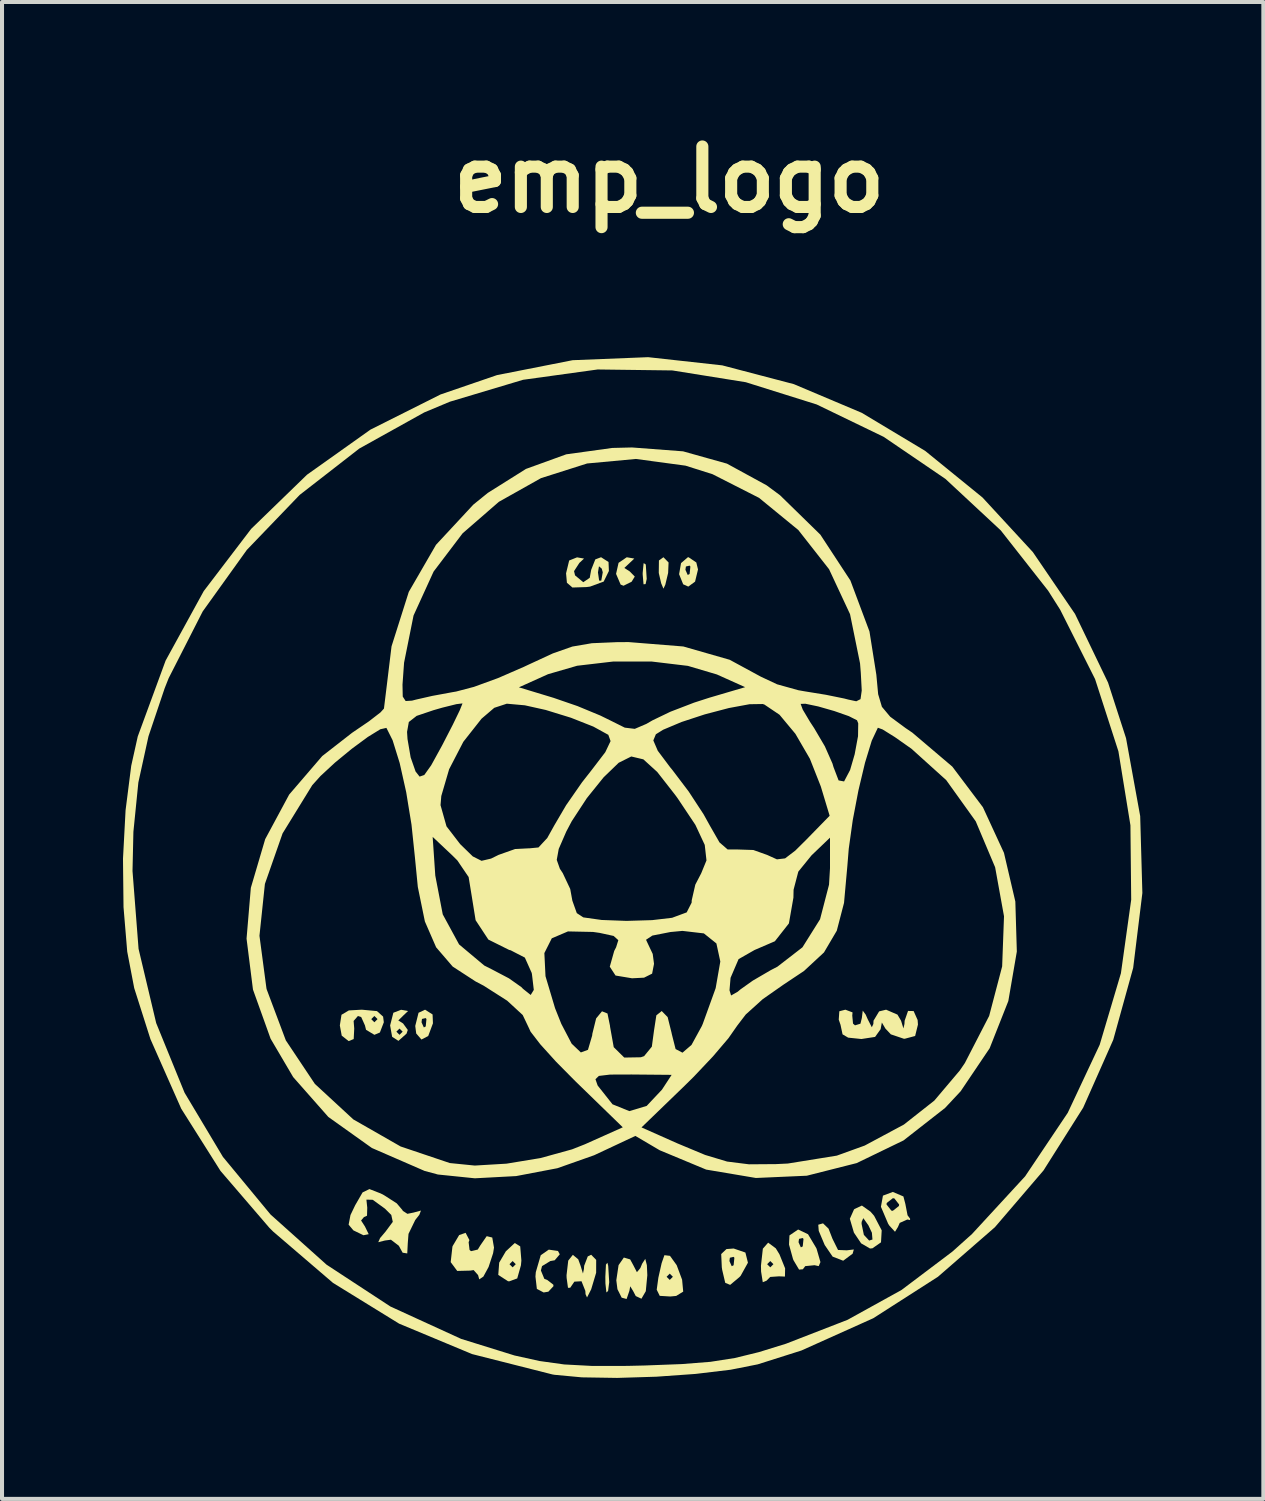
<source format=kicad_pcb>
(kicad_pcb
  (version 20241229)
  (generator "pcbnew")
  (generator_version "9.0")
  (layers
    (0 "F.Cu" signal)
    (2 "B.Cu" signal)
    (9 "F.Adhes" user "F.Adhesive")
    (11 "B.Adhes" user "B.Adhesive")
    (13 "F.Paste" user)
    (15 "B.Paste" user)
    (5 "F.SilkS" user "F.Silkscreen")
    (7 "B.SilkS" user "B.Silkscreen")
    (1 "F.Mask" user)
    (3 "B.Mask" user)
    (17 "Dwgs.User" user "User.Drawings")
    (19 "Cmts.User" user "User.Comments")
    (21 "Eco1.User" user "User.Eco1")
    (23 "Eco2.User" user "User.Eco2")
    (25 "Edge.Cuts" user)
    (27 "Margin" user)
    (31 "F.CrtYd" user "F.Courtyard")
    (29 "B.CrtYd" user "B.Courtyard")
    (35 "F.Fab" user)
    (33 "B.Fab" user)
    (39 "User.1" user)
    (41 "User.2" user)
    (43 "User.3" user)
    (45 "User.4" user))
  (footprint "emp_logo"
    (layer "F.Cu")
    (at 12.545 18.404)
    (property "Reference" "emp_logo" (at 1 -17 0) (layer "F.SilkS") (effects (font (size 1.5 1.5) (thickness 0.3))))
    (attr board_only exclude_from_pos_files exclude_from_bom)
    (fp_poly (pts (xy -0.513 9.936) (xy -0.488 10.342) (xy -0.516 10.559) (xy -0.558 10.596) (xy -0.582 10.372) (xy -0.584 10.207) (xy -0.569 9.905) (xy -0.533 9.859)) (stroke (width 0) (type solid)) (fill yes) (layer "F.SilkS"))
    (fp_poly (pts (xy 0.412 -7.465) (xy 0.42 -7.438) (xy 0.442 -7.098) (xy 0.414 -6.97) (xy 0.363 -6.965) (xy 0.342 -7.209) (xy 0.342 -7.246) (xy 0.365 -7.488)) (stroke (width 0) (type solid)) (fill yes) (layer "F.SilkS"))
    (fp_poly (pts (xy 0.984 -7.506) (xy 0.973 -7.246) (xy 0.903 -6.954) (xy 0.857 -6.856) (xy 0.801 -6.989) (xy 0.741 -7.246) (xy 0.745 -7.556) (xy 0.857 -7.636)) (stroke (width 0) (type solid)) (fill yes) (layer "F.SilkS"))
    (fp_poly (pts (xy 0.134 -7.603) (xy 0.021 -7.496) (xy -0.113 -7.37) (xy 0.021 -7.284) (xy 0.146 -7.157) (xy 0.068 -7.029) (xy -0.133 -6.929) (xy -0.205 -6.958) (xy -0.318 -7.223) (xy -0.256 -7.497) (xy -0.057 -7.633) (xy -0.039 -7.633)) (stroke (width 0) (type solid)) (fill yes) (layer "F.SilkS"))
    (fp_poly (pts (xy 4.951 9.014) (xy 5.049 9.266) (xy 5.186 9.542) (xy 5.403 9.551) (xy 5.578 9.53) (xy 5.548 9.635) (xy 5.314 9.809) (xy 5.052 9.707) (xy 4.856 9.42) (xy 4.708 9.069) (xy 4.696 8.916) (xy 4.814 8.882)) (stroke (width 0) (type solid)) (fill yes) (layer "F.SilkS"))
    (fp_poly (pts (xy -4.868 3.702) (xy -4.859 3.922) (xy -4.976 4.236) (xy -5.144 4.324) (xy -5.274 4.174) (xy -5.298 3.987) (xy -5.275 3.896) (xy -5.142 3.896) (xy -5.085 4.024) (xy -5.038 4) (xy -5.02 3.815) (xy -5.038 3.792) (xy -5.131 3.813) (xy -5.142 3.896) (xy -5.275 3.896) (xy -5.216 3.66) (xy -5.054 3.584)) (stroke (width 0) (type solid)) (fill yes) (layer "F.SilkS"))
    (fp_poly (pts (xy -2.695 9.453) (xy -2.666 9.804) (xy -2.677 9.922) (xy -2.769 10.248) (xy -2.97 10.321) (xy -3 10.316) (xy -3.239 10.161) (xy -3.219 9.895) (xy -2.961 9.895) (xy -2.883 9.973) (xy -2.805 9.895) (xy -2.883 9.817) (xy -2.961 9.895) (xy -3.219 9.895) (xy -3.216 9.856) (xy -3.051 9.575) (xy -2.83 9.37)) (stroke (width 0) (type solid)) (fill yes) (layer "F.SilkS"))
    (fp_poly (pts (xy -1.759 9.567) (xy -1.714 9.65) (xy -1.84 9.798) (xy -1.948 9.817) (xy -2.154 9.942) (xy -2.182 10.051) (xy -2.097 10.258) (xy -2.026 10.285) (xy -1.874 10.403) (xy -1.87 10.44) (xy -1.997 10.577) (xy -2.114 10.596) (xy -2.282 10.508) (xy -2.317 10.202) (xy -2.308 10.091) (xy -2.186 9.673) (xy -1.987 9.534)) (stroke (width 0) (type solid)) (fill yes) (layer "F.SilkS"))
    (fp_poly (pts (xy -5.476 3.617) (xy -5.588 3.723) (xy -5.718 3.851) (xy -5.6 3.925) (xy -5.483 4.086) (xy -5.514 4.178) (xy -5.715 4.357) (xy -5.871 4.256) (xy -5.894 4.129) (xy -5.766 4.129) (xy -5.688 4.207) (xy -5.61 4.129) (xy -5.688 4.052) (xy -5.766 4.129) (xy -5.894 4.129) (xy -5.921 3.974) (xy -5.841 3.66) (xy -5.649 3.586)) (stroke (width 0) (type solid)) (fill yes) (layer "F.SilkS"))
    (fp_poly (pts (xy 1.672 -7.506) (xy 1.714 -7.333) (xy 1.641 -7.031) (xy 1.473 -6.908) (xy 1.346 -6.965) (xy 1.245 -7.215) (xy 1.264 -7.324) (xy 1.402 -7.324) (xy 1.459 -7.196) (xy 1.506 -7.22) (xy 1.525 -7.405) (xy 1.506 -7.428) (xy 1.414 -7.406) (xy 1.402 -7.324) (xy 1.264 -7.324) (xy 1.293 -7.49) (xy 1.46 -7.634) (xy 1.48 -7.636)) (stroke (width 0) (type solid)) (fill yes) (layer "F.SilkS"))
    (fp_poly (pts (xy 0.031 9.776) (xy 0.106 9.913) (xy 0.199 10.093) (xy 0.284 9.991) (xy 0.328 9.884) (xy 0.406 9.763) (xy 0.446 9.92) (xy 0.457 10.168) (xy 0.419 10.565) (xy 0.311 10.751) (xy 0.17 10.685) (xy 0.103 10.557) (xy 0.033 10.443) (xy 0.012 10.557) (xy -0.057 10.758) (xy -0.179 10.725) (xy -0.284 10.515) (xy -0.312 10.294) (xy -0.256 9.919) (xy -0.125 9.73)) (stroke (width 0) (type solid)) (fill yes) (layer "F.SilkS"))
    (fp_poly (pts (xy 1.019 9.688) (xy 1.185 9.919) (xy 1.32 10.281) (xy 1.32 10.285) (xy 1.347 10.575) (xy 1.173 10.682) (xy 1.027 10.696) (xy 0.765 10.68) (xy 0.69 10.528) (xy 0.731 10.229) (xy 0.736 10.207) (xy 0.935 10.207) (xy 1.013 10.285) (xy 1.091 10.207) (xy 1.013 10.129) (xy 0.935 10.207) (xy 0.736 10.207) (xy 0.812 9.869) (xy 0.88 9.674) (xy 0.882 9.672)) (stroke (width 0) (type solid)) (fill yes) (layer "F.SilkS"))
    (fp_poly (pts (xy 2.889 9.606) (xy 2.952 9.858) (xy 2.772 10.182) (xy 2.738 10.218) (xy 2.511 10.408) (xy 2.389 10.357) (xy 2.313 10.033) (xy 2.304 9.973) (xy 2.297 9.817) (xy 2.493 9.817) (xy 2.55 9.945) (xy 2.597 9.921) (xy 2.616 9.736) (xy 2.597 9.713) (xy 2.504 9.735) (xy 2.493 9.817) (xy 2.297 9.817) (xy 2.289 9.643) (xy 2.419 9.52) (xy 2.598 9.506)) (stroke (width 0) (type solid)) (fill yes) (layer "F.SilkS"))
    (fp_poly (pts (xy 3.643 9.502) (xy 3.734 9.651) (xy 3.874 9.998) (xy 3.87 10.202) (xy 3.723 10.196) (xy 3.722 10.196) (xy 3.505 10.211) (xy 3.413 10.304) (xy 3.32 10.342) (xy 3.278 10.077) (xy 3.275 9.934) (xy 3.279 9.895) (xy 3.428 9.895) (xy 3.506 9.973) (xy 3.584 9.895) (xy 3.506 9.817) (xy 3.428 9.895) (xy 3.279 9.895) (xy 3.322 9.51) (xy 3.453 9.361)) (stroke (width 0) (type solid)) (fill yes) (layer "F.SilkS"))
    (fp_poly (pts (xy -0.811 9.788) (xy -0.812 10.107) (xy -0.935 10.518) (xy -1.038 10.72) (xy -1.075 10.638) (xy -1.08 10.557) (xy -1.175 10.318) (xy -1.352 10.328) (xy -1.455 10.479) (xy -1.51 10.481) (xy -1.544 10.235) (xy -1.546 10.168) (xy -1.504 9.806) (xy -1.39 9.663) (xy -1.256 9.774) (xy -1.198 9.934) (xy -1.139 10.126) (xy -1.115 10.015) (xy -1.109 9.934) (xy -1.02 9.702) (xy -0.935 9.661)) (stroke (width 0) (type solid)) (fill yes) (layer "F.SilkS"))
    (fp_poly (pts (xy -4.049 9.117) (xy -3.955 9.297) (xy -3.974 9.35) (xy -3.951 9.542) (xy -3.915 9.572) (xy -3.747 9.532) (xy -3.683 9.427) (xy -3.526 9.2) (xy -3.388 9.234) (xy -3.345 9.484) (xy -3.367 9.622) (xy -3.479 9.964) (xy -3.609 10.203) (xy -3.711 10.271) (xy -3.74 10.165) (xy -3.85 10.041) (xy -3.935 10.054) (xy -4.257 10.062) (xy -4.419 9.844) (xy -4.376 9.461) (xy -4.37 9.444) (xy -4.209 9.173) (xy -4.05 9.117)) (stroke (width 0) (type solid)) (fill yes) (layer "F.SilkS"))
    (fp_poly (pts (xy 4.442 9.152) (xy 4.648 9.497) (xy 4.657 9.521) (xy 4.75 9.843) (xy 4.707 9.943) (xy 4.604 9.92) (xy 4.373 9.943) (xy 4.314 10.021) (xy 4.22 10.029) (xy 4.083 9.799) (xy 4.069 9.765) (xy 3.971 9.409) (xy 3.973 9.35) (xy 4.207 9.35) (xy 4.264 9.478) (xy 4.311 9.454) (xy 4.33 9.269) (xy 4.311 9.246) (xy 4.219 9.267) (xy 4.207 9.35) (xy 3.973 9.35) (xy 3.982 9.181) (xy 4.197 9.035)) (stroke (width 0) (type solid)) (fill yes) (layer "F.SilkS"))
    (fp_poly (pts (xy 5.991 8.592) (xy 6.081 8.695) (xy 6.269 9.055) (xy 6.252 9.353) (xy 6.039 9.501) (xy 5.979 9.506) (xy 5.759 9.378) (xy 5.58 9.112) (xy 5.516 8.895) (xy 5.77 8.895) (xy 5.827 9.168) (xy 5.958 9.309) (xy 6.04 9.283) (xy 6.026 9.115) (xy 5.94 8.933) (xy 5.813 8.753) (xy 5.772 8.846) (xy 5.77 8.895) (xy 5.516 8.895) (xy 5.479 8.769) (xy 5.581 8.54) (xy 5.594 8.527) (xy 5.778 8.441)) (stroke (width 0) (type solid)) (fill yes) (layer "F.SilkS"))
    (fp_poly (pts (xy -6.247 3.619) (xy -6.095 3.755) (xy -6.077 3.896) (xy -6.175 4.15) (xy -6.311 4.207) (xy -6.518 4.083) (xy -6.545 3.974) (xy -6.615 3.818) (xy -6.389 3.818) (xy -6.311 3.896) (xy -6.233 3.818) (xy -6.311 3.74) (xy -6.389 3.818) (xy -6.615 3.818) (xy -6.639 3.766) (xy -6.719 3.74) (xy -6.826 3.863) (xy -6.811 4.052) (xy -6.824 4.312) (xy -6.949 4.363) (xy -7.121 4.228) (xy -7.168 3.974) (xy -7.127 3.71) (xy -6.944 3.602) (xy -6.623 3.584)) (stroke (width 0) (type solid)) (fill yes) (layer "F.SilkS"))
    (fp_poly (pts (xy 6.807 8.215) (xy 6.856 8.402) (xy 6.91 8.682) (xy 6.973 8.766) (xy 6.972 8.8) (xy 6.905 8.787) (xy 6.716 8.871) (xy 6.671 8.974) (xy 6.599 9.091) (xy 6.458 8.937) (xy 6.428 8.89) (xy 6.25 8.471) (xy 6.26 8.415) (xy 6.389 8.415) (xy 6.508 8.566) (xy 6.545 8.571) (xy 6.696 8.452) (xy 6.701 8.415) (xy 6.582 8.263) (xy 6.545 8.259) (xy 6.393 8.377) (xy 6.389 8.415) (xy 6.26 8.415) (xy 6.3 8.195) (xy 6.545 8.103)) (stroke (width 0) (type solid)) (fill yes) (layer "F.SilkS"))
    (fp_poly (pts (xy -0.505 -7.518) (xy -0.496 -7.295) (xy -0.625 -7.032) (xy -0.962 -6.908) (xy -1.052 -6.896) (xy -1.4 -6.885) (xy -1.537 -7.003) (xy -1.558 -7.237) (xy -1.481 -7.555) (xy -1.286 -7.633) (xy -1.112 -7.603) (xy -1.228 -7.495) (xy -1.36 -7.291) (xy -1.335 -7.186) (xy -1.131 -7.017) (xy -0.971 -7.125) (xy -0.947 -7.259) (xy -0.767 -7.259) (xy -0.738 -7.057) (xy -0.685 -7.054) (xy -0.648 -7.263) (xy -0.673 -7.353) (xy -0.742 -7.412) (xy -0.767 -7.259) (xy -0.947 -7.259) (xy -0.935 -7.324) (xy -0.833 -7.582) (xy -0.69 -7.636)) (stroke (width 0) (type solid)) (fill yes) (layer "F.SilkS"))
    (fp_poly (pts (xy -6.154 8.141) (xy -6.073 8.183) (xy -5.757 8.386) (xy -5.611 8.558) (xy -5.61 8.57) (xy -5.492 8.646) (xy -5.337 8.614) (xy -5.156 8.565) (xy -5.197 8.671) (xy -5.298 8.799) (xy -5.465 9.143) (xy -5.483 9.374) (xy -5.496 9.628) (xy -5.611 9.61) (xy -5.706 9.437) (xy -5.901 9.288) (xy -6.051 9.308) (xy -6.215 9.35) (xy -6.17 9.247) (xy -6.037 9.09) (xy -5.855 8.845) (xy -5.892 8.674) (xy -6.049 8.518) (xy -6.352 8.298) (xy -6.509 8.294) (xy -6.488 8.493) (xy -6.494 8.693) (xy -6.569 8.726) (xy -6.641 8.811) (xy -6.545 8.96) (xy -6.452 9.151) (xy -6.582 9.177) (xy -6.832 9.056) (xy -6.95 8.915) (xy -6.904 8.676) (xy -6.788 8.434) (xy -6.604 8.115) (xy -6.434 8.032)) (stroke (width 0) (type solid)) (fill yes) (layer "F.SilkS"))
    (fp_poly (pts (xy 6.66 3.706) (xy 6.749 3.857) (xy 6.808 4.049) (xy 6.833 3.938) (xy 6.838 3.857) (xy 6.922 3.615) (xy 7.061 3.618) (xy 7.16 3.84) (xy 7.168 3.953) (xy 7.098 4.236) (xy 6.839 4.305) (xy 6.817 4.304) (xy 6.495 4.195) (xy 6.361 4.052) (xy 6.273 3.902) (xy 6.245 4.051) (xy 6.244 4.065) (xy 6.105 4.259) (xy 5.766 4.311) (xy 5.437 4.277) (xy 5.298 4.195) (xy 5.298 4.194) (xy 5.248 3.959) (xy 5.204 3.831) (xy 5.218 3.623) (xy 5.369 3.584) (xy 5.546 3.651) (xy 5.539 3.729) (xy 5.558 3.929) (xy 5.607 3.972) (xy 5.742 3.931) (xy 5.777 3.788) (xy 5.799 3.607) (xy 5.872 3.706) (xy 5.921 3.818) (xy 6.024 4.019) (xy 6.062 3.938) (xy 6.066 3.857) (xy 6.205 3.626) (xy 6.378 3.584)) (stroke (width 0) (type solid)) (fill yes) (layer "F.SilkS"))
    (fp_poly (pts (xy 2.315 -12.394) (xy 4.091 -11.928) (xy 5.777 -11.216) (xy 7.346 -10.274) (xy 8.768 -9.118) (xy 10.017 -7.764) (xy 11.064 -6.228) (xy 11.882 -4.527) (xy 12.328 -3.149) (xy 12.679 -1.217) (xy 12.733 0.69) (xy 12.505 2.548) (xy 12.011 4.331) (xy 11.265 6.014) (xy 10.281 7.571) (xy 9.076 8.978) (xy 7.664 10.207) (xy 6.06 11.235) (xy 4.279 12.035) (xy 3.194 12.379) (xy 2.523 12.512) (xy 1.653 12.616) (xy 0.681 12.685) (xy -0.291 12.715) (xy -1.166 12.701) (xy -1.842 12.638) (xy -1.896 12.629) (xy -3.888 12.124) (xy -5.697 11.37) (xy -7.337 10.359) (xy -8.823 9.085) (xy -8.914 8.994) (xy -10.127 7.582) (xy -11.101 6.039) (xy -11.864 4.315) (xy -12.267 3.048) (xy -12.44 2.145) (xy -12.532 1.041) (xy -12.542 0.145) (xy -12.309 0.145) (xy -12.159 2.075) (xy -11.722 3.915) (xy -11.018 5.643) (xy -10.067 7.234) (xy -8.886 8.663) (xy -7.496 9.908) (xy -5.914 10.944) (xy -4.16 11.747) (xy -2.835 12.159) (xy -2.215 12.296) (xy -1.605 12.381) (xy -0.912 12.418) (xy -0.041 12.417) (xy 0.39 12.407) (xy 1.31 12.372) (xy 2.021 12.316) (xy 2.625 12.222) (xy 3.225 12.075) (xy 3.896 11.867) (xy 5.423 11.274) (xy 6.761 10.534) (xy 8.02 9.584) (xy 8.509 9.146) (xy 9.825 7.717) (xy 10.882 6.142) (xy 11.675 4.453) (xy 12.201 2.681) (xy 12.456 0.857) (xy 12.437 -0.988) (xy 12.139 -2.823) (xy 11.56 -4.615) (xy 10.695 -6.334) (xy 10.397 -6.805) (xy 9.221 -8.302) (xy 7.851 -9.577) (xy 6.318 -10.621) (xy 4.657 -11.424) (xy 2.899 -11.976) (xy 1.078 -12.268) (xy -0.774 -12.292) (xy -2.624 -12.036) (xy -4.438 -11.493) (xy -5.076 -11.226) (xy -6.685 -10.331) (xy -8.164 -9.181) (xy -9.473 -7.819) (xy -10.569 -6.291) (xy -11.412 -4.638) (xy -11.512 -4.386) (xy -11.913 -3.195) (xy -12.164 -2.051) (xy -12.287 -0.826) (xy -12.309 0.145) (xy -12.542 0.145) (xy -12.545 -0.162) (xy -12.481 -1.363) (xy -12.341 -2.464) (xy -12.179 -3.192) (xy -11.488 -5.073) (xy -10.543 -6.796) (xy -9.367 -8.339) (xy -7.982 -9.682) (xy -6.409 -10.8) (xy -4.671 -11.672) (xy -3.272 -12.152) (xy -1.395 -12.522) (xy 0.477 -12.597)) (stroke (width 0) (type solid)) (fill yes) (layer "F.SilkS"))
    (fp_poly (pts (xy 1.343 -10.262) (xy 2.431 -9.957) (xy 3.416 -9.419) (xy 3.747 -9.174) (xy 4.748 -8.196) (xy 5.493 -7.059) (xy 5.966 -5.795) (xy 6.136 -4.724) (xy 6.181 -4.24) (xy 6.274 -3.927) (xy 6.48 -3.681) (xy 6.862 -3.399) (xy 7.029 -3.286) (xy 8.02 -2.444) (xy 8.779 -1.436) (xy 9.301 -0.305) (xy 9.583 0.902) (xy 9.62 2.142) (xy 9.409 3.37) (xy 8.946 4.54) (xy 8.226 5.608) (xy 7.84 6.021) (xy 6.81 6.826) (xy 5.649 7.388) (xy 4.412 7.701) (xy 3.15 7.757) (xy 1.916 7.549) (xy 0.763 7.069) (xy 0.68 7.02) (xy 0.161 6.714) (xy -0.861 7.193) (xy -1.773 7.515) (xy -2.796 7.71) (xy -3.82 7.765) (xy -4.736 7.671) (xy -5.064 7.583) (xy -6.374 7.013) (xy -7.453 6.244) (xy -8.325 5.255) (xy -8.885 4.303) (xy -9.322 3.085) (xy -9.481 1.822) (xy -9.475 1.751) (xy -9.161 1.751) (xy -8.988 3.054) (xy -8.981 3.082) (xy -8.507 4.345) (xy -7.787 5.424) (xy -6.833 6.305) (xy -5.66 6.976) (xy -4.441 7.387) (xy -3.822 7.449) (xy -3.034 7.402) (xy -2.191 7.263) (xy -1.409 7.047) (xy -1.09 6.921) (xy -0.157 6.503) (xy 0.313 6.503) (xy 1.208 6.901) (xy 1.891 7.186) (xy 2.436 7.35) (xy 2.978 7.418) (xy 3.648 7.413) (xy 3.941 7.399) (xy 5.156 7.203) (xy 5.848 6.953) (xy 6.82 6.432) (xy 7.574 5.838) (xy 8.205 5.092) (xy 8.331 4.907) (xy 8.934 3.738) (xy 9.256 2.51) (xy 9.302 1.267) (xy 9.082 0.053) (xy 8.601 -1.087) (xy 7.869 -2.109) (xy 7.008 -2.886) (xy 6.594 -3.177) (xy 6.292 -3.365) (xy 6.174 -3.408) (xy 6.022 -3.086) (xy 5.855 -2.539) (xy 5.692 -1.854) (xy 5.551 -1.115) (xy 5.452 -0.407) (xy 5.418 0.013) (xy 5.335 0.935) (xy 5.155 1.626) (xy 4.838 2.164) (xy 4.342 2.624) (xy 3.833 2.963) (xy 3.319 3.323) (xy 2.898 3.703) (xy 2.689 3.976) (xy 2.469 4.291) (xy 2.087 4.74) (xy 1.609 5.246) (xy 1.38 5.472) (xy 0.313 6.503) (xy -0.157 6.503) (xy -0.152 6.5) (xy -1.322 5.363) (xy -1.377 5.308) (xy -0.829 5.308) (xy -0.777 5.458) (xy -0.773 5.466) (xy -0.406 5.93) (xy 0.012 6.099) (xy 0.441 5.97) (xy 0.82 5.567) (xy 1.06 5.2) (xy 0.068 5.191) (xy -0.465 5.193) (xy -0.744 5.226) (xy -0.829 5.308) (xy -1.377 5.308) (xy -1.808 4.872) (xy -2.196 4.443) (xy -2.437 4.131) (xy -2.493 4.01) (xy -2.633 3.716) (xy -3.018 3.361) (xy -3.601 2.989) (xy -3.801 2.884) (xy -4.369 2.515) (xy -4.78 2.037) (xy -5.059 1.396) (xy -5.234 0.541) (xy -5.307 -0.204) (xy -5.359 -0.701) (xy -4.866 -0.701) (xy -4.801 0.258) (xy -4.616 1.22) (xy -4.211 1.965) (xy -3.586 2.489) (xy -3.39 2.588) (xy -2.972 2.808) (xy -2.669 3.022) (xy -2.626 3.066) (xy -2.435 3.219) (xy -2.358 3.093) (xy -2.404 2.702) (xy -2.411 2.67) (xy -2.58 2.292) (xy -2.798 2.18) (xy -2.096 2.18) (xy -2.068 2.753) (xy -1.831 3.547) (xy -1.676 3.935) (xy -1.419 4.427) (xy -1.191 4.644) (xy -1.015 4.579) (xy -0.911 4.226) (xy -0.906 4.18) (xy -0.812 3.8) (xy -0.667 3.624) (xy -0.531 3.678) (xy -0.468 3.986) (xy -0.467 4.007) (xy -0.376 4.513) (xy -0.115 4.771) (xy 0.296 4.764) (xy 0.377 4.736) (xy 0.569 4.501) (xy 0.623 4.1) (xy 0.681 3.724) (xy 0.814 3.617) (xy 0.961 3.768) (xy 1.06 4.165) (xy 1.062 4.18) (xy 1.158 4.56) (xy 1.329 4.65) (xy 1.553 4.457) (xy 1.809 3.989) (xy 1.832 3.935) (xy 2.133 3.102) (xy 2.495 3.102) (xy 2.534 3.232) (xy 2.699 3.138) (xy 2.766 3.081) (xy 3.073 2.863) (xy 3.517 2.604) (xy 3.684 2.517) (xy 4.304 2.037) (xy 4.74 1.342) (xy 4.963 0.484) (xy 4.987 0.077) (xy 4.987 -0.682) (xy 4.529 -0.243) (xy 4.201 0.161) (xy 4.084 0.609) (xy 4.08 0.805) (xy 3.968 1.444) (xy 3.62 1.887) (xy 3.116 2.104) (xy 2.72 2.33) (xy 2.521 2.794) (xy 2.495 3.102) (xy 2.133 3.102) (xy 2.152 3.049) (xy 2.267 2.389) (xy 2.17 1.941) (xy 1.859 1.692) (xy 1.328 1.63) (xy 1.03 1.658) (xy 0.582 1.746) (xy 0.425 1.85) (xy 0.459 1.923) (xy 0.591 2.202) (xy 0.623 2.447) (xy 0.576 2.69) (xy 0.376 2.79) (xy 0.078 2.805) (xy -0.331 2.737) (xy -0.474 2.518) (xy -0.364 2.127) (xy -0.317 2.036) (xy -0.262 1.86) (xy -0.379 1.755) (xy -0.727 1.679) (xy -0.889 1.656) (xy -1.511 1.643) (xy -1.912 1.814) (xy -2.096 2.18) (xy -2.798 2.18) (xy -2.931 2.111) (xy -2.971 2.101) (xy -3.485 1.845) (xy -3.801 1.365) (xy -3.896 0.774) (xy -3.974 0.295) (xy -4.255 -0.119) (xy -4.381 -0.244) (xy -4.866 -0.701) (xy -5.359 -0.701) (xy -5.391 -1.007) (xy -5.47 -1.488) (xy -4.671 -1.488) (xy -4.523 -0.963) (xy -4.184 -0.522) (xy -3.871 -0.217) (xy -3.654 -0.108) (xy -3.554 -0.131) (xy -1.789 -0.131) (xy -1.711 0.09) (xy -1.64 0.197) (xy -1.455 0.59) (xy -1.402 0.88) (xy -1.292 1.189) (xy -1.13 1.295) (xy -0.676 1.359) (xy -0.059 1.382) (xy 0.576 1.363) (xy 1.071 1.305) (xy 1.433 1.171) (xy 1.556 0.929) (xy 1.558 0.872) (xy 1.647 0.483) (xy 1.793 0.202) (xy 1.924 -0.118) (xy 1.881 -0.502) (xy 1.649 -0.999) (xy 1.209 -1.658) (xy 1.147 -1.743) (xy 0.703 -2.311) (xy 0.359 -2.624) (xy 0.059 -2.695) (xy -0.253 -2.539) (xy -0.626 -2.179) (xy -1.042 -1.663) (xy -1.417 -1.09) (xy -1.552 -0.835) (xy -1.74 -0.402) (xy -1.789 -0.131) (xy -3.554 -0.131) (xy -3.418 -0.163) (xy -3.231 -0.255) (xy -2.822 -0.4) (xy -2.477 -0.418) (xy -2.471 -0.417) (xy -2.242 -0.439) (xy -2.024 -0.674) (xy -1.849 -0.988) (xy -1.557 -1.486) (xy -1.164 -2.052) (xy -0.922 -2.361) (xy -0.585 -2.802) (xy -0.454 -3.077) (xy -0.46 -3.093) (xy 0.606 -3.093) (xy 0.716 -2.837) (xy 1.025 -2.425) (xy 1.078 -2.361) (xy 1.481 -1.829) (xy 1.852 -1.262) (xy 2.013 -0.972) (xy 2.247 -0.564) (xy 2.449 -0.389) (xy 2.69 -0.389) (xy 2.692 -0.389) (xy 3.086 -0.376) (xy 3.428 -0.254) (xy 3.671 -0.144) (xy 3.873 -0.168) (xy 4.124 -0.359) (xy 4.398 -0.631) (xy 4.978 -1.225) (xy 4.759 -1.952) (xy 4.488 -2.639) (xy 4.129 -3.257) (xy 3.735 -3.73) (xy 3.358 -3.984) (xy 3.318 -3.996) (xy 2.991 -3.991) (xy 2.478 -3.896) (xy 1.881 -3.739) (xy 1.305 -3.55) (xy 0.849 -3.358) (xy 0.669 -3.246) (xy 0.606 -3.093) (xy -0.46 -3.093) (xy -0.51 -3.232) (xy -0.51 -3.232) (xy -0.881 -3.436) (xy -1.438 -3.656) (xy -2.064 -3.849) (xy -2.58 -3.964) (xy -3.027 -4.004) (xy -3.338 -3.902) (xy -3.654 -3.632) (xy -4.105 -3.06) (xy -4.458 -2.378) (xy -4.652 -1.715) (xy -4.671 -1.488) (xy -5.47 -1.488) (xy -5.522 -1.809) (xy -5.684 -2.533) (xy -5.859 -3.097) (xy -5.963 -3.305) (xy -5.501 -3.305) (xy -5.49 -3.129) (xy -5.412 -2.673) (xy -5.289 -2.321) (xy -5.19 -2.196) (xy -5.074 -2.236) (xy -4.903 -2.476) (xy -4.638 -2.958) (xy -4.617 -2.998) (xy -4.367 -3.483) (xy -4.193 -3.843) (xy -4.127 -4.008) (xy -4.128 -4.011) (xy -4.276 -3.993) (xy -4.626 -3.906) (xy -4.842 -3.844) (xy -5.263 -3.702) (xy -5.457 -3.55) (xy -5.501 -3.305) (xy -5.963 -3.305) (xy -6.013 -3.404) (xy -6.164 -3.37) (xy -6.474 -3.179) (xy -6.871 -2.886) (xy -7.286 -2.545) (xy -7.646 -2.212) (xy -7.852 -1.983) (xy -8.588 -0.787) (xy -9.026 0.465) (xy -9.161 1.751) (xy -9.475 1.751) (xy -9.375 0.562) (xy -9.019 -0.645) (xy -8.424 -1.751) (xy -7.605 -2.705) (xy -6.863 -3.283) (xy -6.446 -3.567) (xy -6.16 -3.788) (xy -6.074 -3.883) (xy -6.001 -4.477) (xy -5.614 -4.477) (xy -5.608 -4.181) (xy -5.536 -4.07) (xy -5.378 -4.08) (xy -5.282 -4.105) (xy -4.878 -4.197) (xy -4.369 -4.291) (xy -4.285 -4.305) (xy -3.886 -4.41) (xy -2.727 -4.41) (xy -1.87 -4.15) (xy -1.275 -3.945) (xy -0.71 -3.711) (xy -0.467 -3.592) (xy -0.102 -3.41) (xy 0.146 -3.38) (xy 0.433 -3.503) (xy 0.587 -3.592) (xy 1.03 -3.805) (xy 1.535 -3.999) (xy 4.259 -3.999) (xy 4.311 -3.858) (xy 4.493 -3.552) (xy 4.593 -3.4) (xy 4.86 -2.946) (xy 5.049 -2.518) (xy 5.073 -2.435) (xy 5.2 -2.102) (xy 5.336 -2.076) (xy 5.485 -2.359) (xy 5.599 -2.75) (xy 5.682 -3.198) (xy 5.687 -3.516) (xy 5.657 -3.593) (xy 5.453 -3.696) (xy 5.093 -3.822) (xy 4.695 -3.936) (xy 4.377 -4.003) (xy 4.259 -3.999) (xy 1.535 -3.999) (xy 1.615 -4.03) (xy 1.99 -4.151) (xy 2.883 -4.414) (xy 2.182 -4.729) (xy 1.463 -4.942) (xy 0.569 -5.049) (xy -0.385 -5.05) (xy -1.283 -4.945) (xy -2.007 -4.735) (xy -2.026 -4.726) (xy -2.727 -4.41) (xy -3.886 -4.41) (xy -3.843 -4.421) (xy -3.243 -4.64) (xy -2.604 -4.918) (xy -2.502 -4.966) (xy -1.886 -5.251) (xy -1.402 -5.421) (xy -0.917 -5.504) (xy -0.301 -5.53) (xy -0.009 -5.532) (xy 1.349 -5.423) (xy 2.5 -5.093) (xy 3.272 -4.674) (xy 3.675 -4.485) (xy 4.203 -4.338) (xy 4.363 -4.31) (xy 4.886 -4.225) (xy 5.338 -4.133) (xy 5.438 -4.107) (xy 5.639 -4.064) (xy 5.744 -4.117) (xy 5.774 -4.33) (xy 5.751 -4.767) (xy 5.732 -5.004) (xy 5.484 -6.224) (xy 4.964 -7.338) (xy 4.201 -8.311) (xy 3.228 -9.108) (xy 2.074 -9.695) (xy 1.403 -9.907) (xy 0.173 -10.073) (xy -1.035 -9.961) (xy -2.18 -9.597) (xy -3.223 -9.011) (xy -4.123 -8.229) (xy -4.843 -7.28) (xy -5.34 -6.191) (xy -5.575 -5.021) (xy -5.614 -4.477) (xy -6.001 -4.477) (xy -5.886 -5.426) (xy -5.458 -6.777) (xy -4.783 -7.944) (xy -3.858 -8.94) (xy -3.499 -9.231) (xy -2.552 -9.826) (xy -1.553 -10.188) (xy -0.412 -10.346) (xy 0.078 -10.358)) (stroke (width 0) (type solid)) (fill yes) (layer "F.SilkS")))
  (gr_rect
    (start -3 -3)
    (end 28.278 34.119)
    (stroke (width 0.1) (type default))
    (fill no)
    (layer "Edge.Cuts")))
</source>
